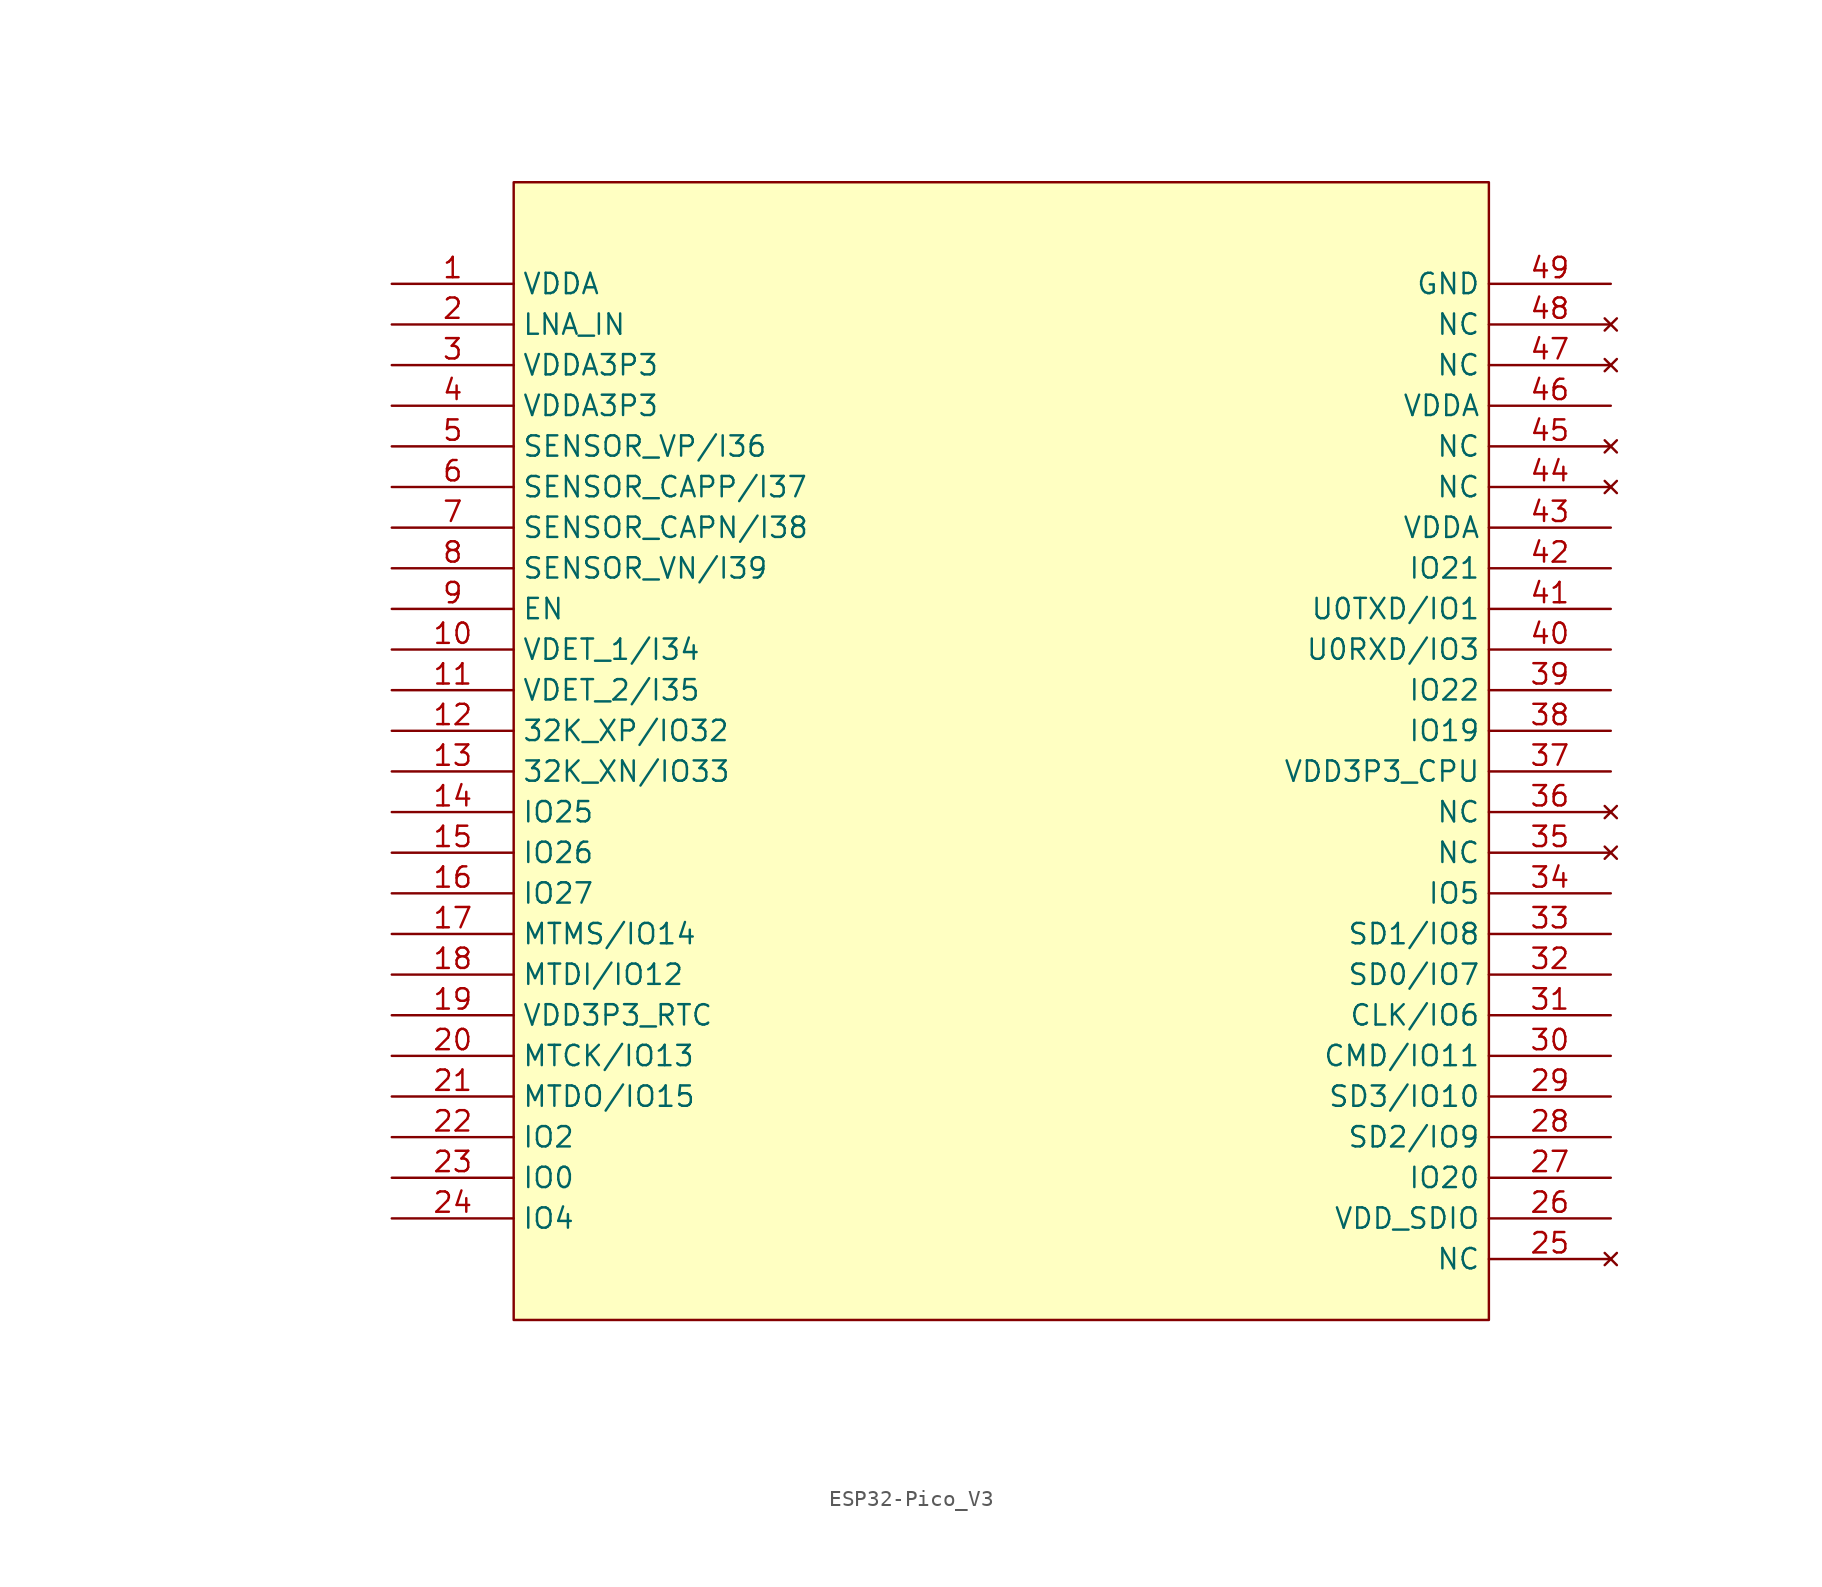
<source format=kicad_sym>
(kicad_symbol_lib
  (version 20241209)
  (generator "kicad_symbol_editor")
  (generator_version "9.0")
  (symbol "ESP32-Pico_V3"
    (property "Reference" "U?"
      (at 15.24 76.454 0)
      (effects (font (size 1.27 1.27)) (hide yes)))
    (property "Value" ""
      (at 0 0 0)
      (effects (font (size 1.27 1.27))))
    (symbol "ESP32-Pico_V3_0_1"
      (pin power_in line (at 11.43 67.31 0) (length 7.62) (name "VDDA" (effects (font (size 1.27 1.27)))) (number "1" (effects (font (size 1.27 1.27)))))
      (pin unspecified line (at 11.43 64.77 0) (length 7.62) (name "LNA_IN" (effects (font (size 1.27 1.27)))) (number "2" (effects (font (size 1.27 1.27)))))
      (pin power_in line (at 11.43 62.23 0) (length 7.62) (name "VDDA3P3" (effects (font (size 1.27 1.27)))) (number "3" (effects (font (size 1.27 1.27)))))
      (pin power_in line (at 11.43 59.69 0) (length 7.62) (name "VDDA3P3" (effects (font (size 1.27 1.27)))) (number "4" (effects (font (size 1.27 1.27)))))
      (pin unspecified line (at 11.43 57.15 0) (length 7.62) (name "SENSOR_VP/I36" (effects (font (size 1.27 1.27)))) (number "5" (effects (font (size 1.27 1.27)))))
      (pin unspecified line (at 11.43 54.61 0) (length 7.62) (name "SENSOR_CAPP/I37" (effects (font (size 1.27 1.27)))) (number "6" (effects (font (size 1.27 1.27)))))
      (pin unspecified line (at 11.43 52.07 0) (length 7.62) (name "SENSOR_CAPN/I38" (effects (font (size 1.27 1.27)))) (number "7" (effects (font (size 1.27 1.27)))))
      (pin unspecified line (at 11.43 49.53 0) (length 7.62) (name "SENSOR_VN/I39" (effects (font (size 1.27 1.27)))) (number "8" (effects (font (size 1.27 1.27)))))
      (pin unspecified line (at 11.43 46.99 0) (length 7.62) (name "EN" (effects (font (size 1.27 1.27)))) (number "9" (effects (font (size 1.27 1.27)))))
      (pin bidirectional line (at 11.43 44.45 0) (length 7.62) (name "VDET_1/I34" (effects (font (size 1.27 1.27)))) (number "10" (effects (font (size 1.27 1.27)))))
      (pin unspecified line (at 11.43 41.91 0) (length 7.62) (name "VDET_2/I35" (effects (font (size 1.27 1.27)))) (number "11" (effects (font (size 1.27 1.27)))))
      (pin bidirectional line (at 11.43 39.37 0) (length 7.62) (name "32K_XP/IO32" (effects (font (size 1.27 1.27)))) (number "12" (effects (font (size 1.27 1.27)))))
      (pin bidirectional line (at 11.43 36.83 0) (length 7.62) (name "32K_XN/IO33" (effects (font (size 1.27 1.27)))) (number "13" (effects (font (size 1.27 1.27)))))
      (pin bidirectional line (at 11.43 34.29 0) (length 7.62) (name "IO25" (effects (font (size 1.27 1.27)))) (number "14" (effects (font (size 1.27 1.27)))))
      (pin bidirectional line (at 11.43 31.75 0) (length 7.62) (name "IO26" (effects (font (size 1.27 1.27)))) (number "15" (effects (font (size 1.27 1.27)))))
      (pin bidirectional line (at 11.43 29.21 0) (length 7.62) (name "IO27" (effects (font (size 1.27 1.27)))) (number "16" (effects (font (size 1.27 1.27)))))
      (pin unspecified line (at 11.43 26.67 0) (length 7.62) (name "MTMS/IO14" (effects (font (size 1.27 1.27)))) (number "17" (effects (font (size 1.27 1.27)))))
      (pin unspecified line (at 11.43 24.13 0) (length 7.62) (name "MTDI/IO12" (effects (font (size 1.27 1.27)))) (number "18" (effects (font (size 1.27 1.27)))))
      (pin power_in line (at 11.43 21.59 0) (length 7.62) (name "VDD3P3_RTC" (effects (font (size 1.27 1.27)))) (number "19" (effects (font (size 1.27 1.27)))))
      (pin unspecified line (at 11.43 19.05 0) (length 7.62) (name "MTCK/IO13" (effects (font (size 1.27 1.27)))) (number "20" (effects (font (size 1.27 1.27)))))
      (pin unspecified line (at 11.43 16.51 0) (length 7.62) (name "MTDO/IO15" (effects (font (size 1.27 1.27)))) (number "21" (effects (font (size 1.27 1.27)))))
      (pin bidirectional line (at 11.43 13.97 0) (length 7.62) (name "IO2" (effects (font (size 1.27 1.27)))) (number "22" (effects (font (size 1.27 1.27)))))
      (pin bidirectional line (at 11.43 11.43 0) (length 7.62) (name "IO0" (effects (font (size 1.27 1.27)))) (number "23" (effects (font (size 1.27 1.27)))))
      (pin bidirectional line (at 11.43 8.89 0) (length 7.62) (name "IO4" (effects (font (size 1.27 1.27)))) (number "24" (effects (font (size 1.27 1.27)))))
      (pin power_out line (at 87.63 67.31 180) (length 7.62) (name "GND" (effects (font (size 1.27 1.27)))) (number "49" (effects (font (size 1.27 1.27)))))
      (pin no_connect line (at 87.63 64.77 180) (length 7.62) (name "NC" (effects (font (size 1.27 1.27)))) (number "48" (effects (font (size 1.27 1.27)))))
      (pin no_connect line (at 87.63 62.23 180) (length 7.62) (name "NC" (effects (font (size 1.27 1.27)))) (number "47" (effects (font (size 1.27 1.27)))))
      (pin power_in line (at 87.63 59.69 180) (length 7.62) (name "VDDA" (effects (font (size 1.27 1.27)))) (number "46" (effects (font (size 1.27 1.27)))))
      (pin no_connect line (at 87.63 57.15 180) (length 7.62) (name "NC" (effects (font (size 1.27 1.27)))) (number "45" (effects (font (size 1.27 1.27)))))
      (pin no_connect line (at 87.63 54.61 180) (length 7.62) (name "NC" (effects (font (size 1.27 1.27)))) (number "44" (effects (font (size 1.27 1.27)))))
      (pin power_in line (at 87.63 52.07 180) (length 7.62) (name "VDDA" (effects (font (size 1.27 1.27)))) (number "43" (effects (font (size 1.27 1.27)))))
      (pin bidirectional line (at 87.63 49.53 180) (length 7.62) (name "IO21" (effects (font (size 1.27 1.27)))) (number "42" (effects (font (size 1.27 1.27)))))
      (pin bidirectional line (at 87.63 46.99 180) (length 7.62) (name "U0TXD/IO1" (effects (font (size 1.27 1.27)))) (number "41" (effects (font (size 1.27 1.27)))))
      (pin bidirectional line (at 87.63 44.45 180) (length 7.62) (name "U0RXD/IO3" (effects (font (size 1.27 1.27)))) (number "40" (effects (font (size 1.27 1.27)))))
      (pin bidirectional line (at 87.63 41.91 180) (length 7.62) (name "IO22" (effects (font (size 1.27 1.27)))) (number "39" (effects (font (size 1.27 1.27)))))
      (pin bidirectional line (at 87.63 39.37 180) (length 7.62) (name "IO19" (effects (font (size 1.27 1.27)))) (number "38" (effects (font (size 1.27 1.27)))))
      (pin power_in line (at 87.63 36.83 180) (length 7.62) (name "VDD3P3_CPU" (effects (font (size 1.27 1.27)))) (number "37" (effects (font (size 1.27 1.27)))))
      (pin no_connect line (at 87.63 34.29 180) (length 7.62) (name "NC" (effects (font (size 1.27 1.27)))) (number "36" (effects (font (size 1.27 1.27)))))
      (pin no_connect line (at 87.63 31.75 180) (length 7.62) (name "NC" (effects (font (size 1.27 1.27)))) (number "35" (effects (font (size 1.27 1.27)))))
      (pin bidirectional line (at 87.63 29.21 180) (length 7.62) (name "IO5" (effects (font (size 1.27 1.27)))) (number "34" (effects (font (size 1.27 1.27)))))
      (pin bidirectional line (at 87.63 26.67 180) (length 7.62) (name "SD1/IO8" (effects (font (size 1.27 1.27)))) (number "33" (effects (font (size 1.27 1.27)))))
      (pin bidirectional line (at 87.63 24.13 180) (length 7.62) (name "SD0/IO7" (effects (font (size 1.27 1.27)))) (number "32" (effects (font (size 1.27 1.27)))))
      (pin unspecified line (at 87.63 21.59 180) (length 7.62) (name "CLK/IO6" (effects (font (size 1.27 1.27)))) (number "31" (effects (font (size 1.27 1.27)))))
      (pin unspecified line (at 87.63 19.05 180) (length 7.62) (name "CMD/IO11" (effects (font (size 1.27 1.27)))) (number "30" (effects (font (size 1.27 1.27)))))
      (pin bidirectional line (at 87.63 16.51 180) (length 7.62) (name "SD3/IO10" (effects (font (size 1.27 1.27)))) (number "29" (effects (font (size 1.27 1.27)))))
      (pin bidirectional line (at 87.63 13.97 180) (length 7.62) (name "SD2/IO9" (effects (font (size 1.27 1.27)))) (number "28" (effects (font (size 1.27 1.27)))))
      (pin bidirectional line (at 87.63 11.43 180) (length 7.62) (name "IO20" (effects (font (size 1.27 1.27)))) (number "27" (effects (font (size 1.27 1.27)))))
      (pin power_in line (at 87.63 8.89 180) (length 7.62) (name "VDD_SDIO" (effects (font (size 1.27 1.27)))) (number "26" (effects (font (size 1.27 1.27)))))
      (pin no_connect line (at 87.63 6.35 180) (length 7.62) (name "NC" (effects (font (size 1.27 1.27)))) (number "25" (effects (font (size 1.27 1.27))))))
    (symbol "ESP32-Pico_V3_1_1"
      (rectangle (start 19.05 73.66) (end 80.01 2.54) (stroke (width 0) (type solid)) (fill (type background))))))
</source>
